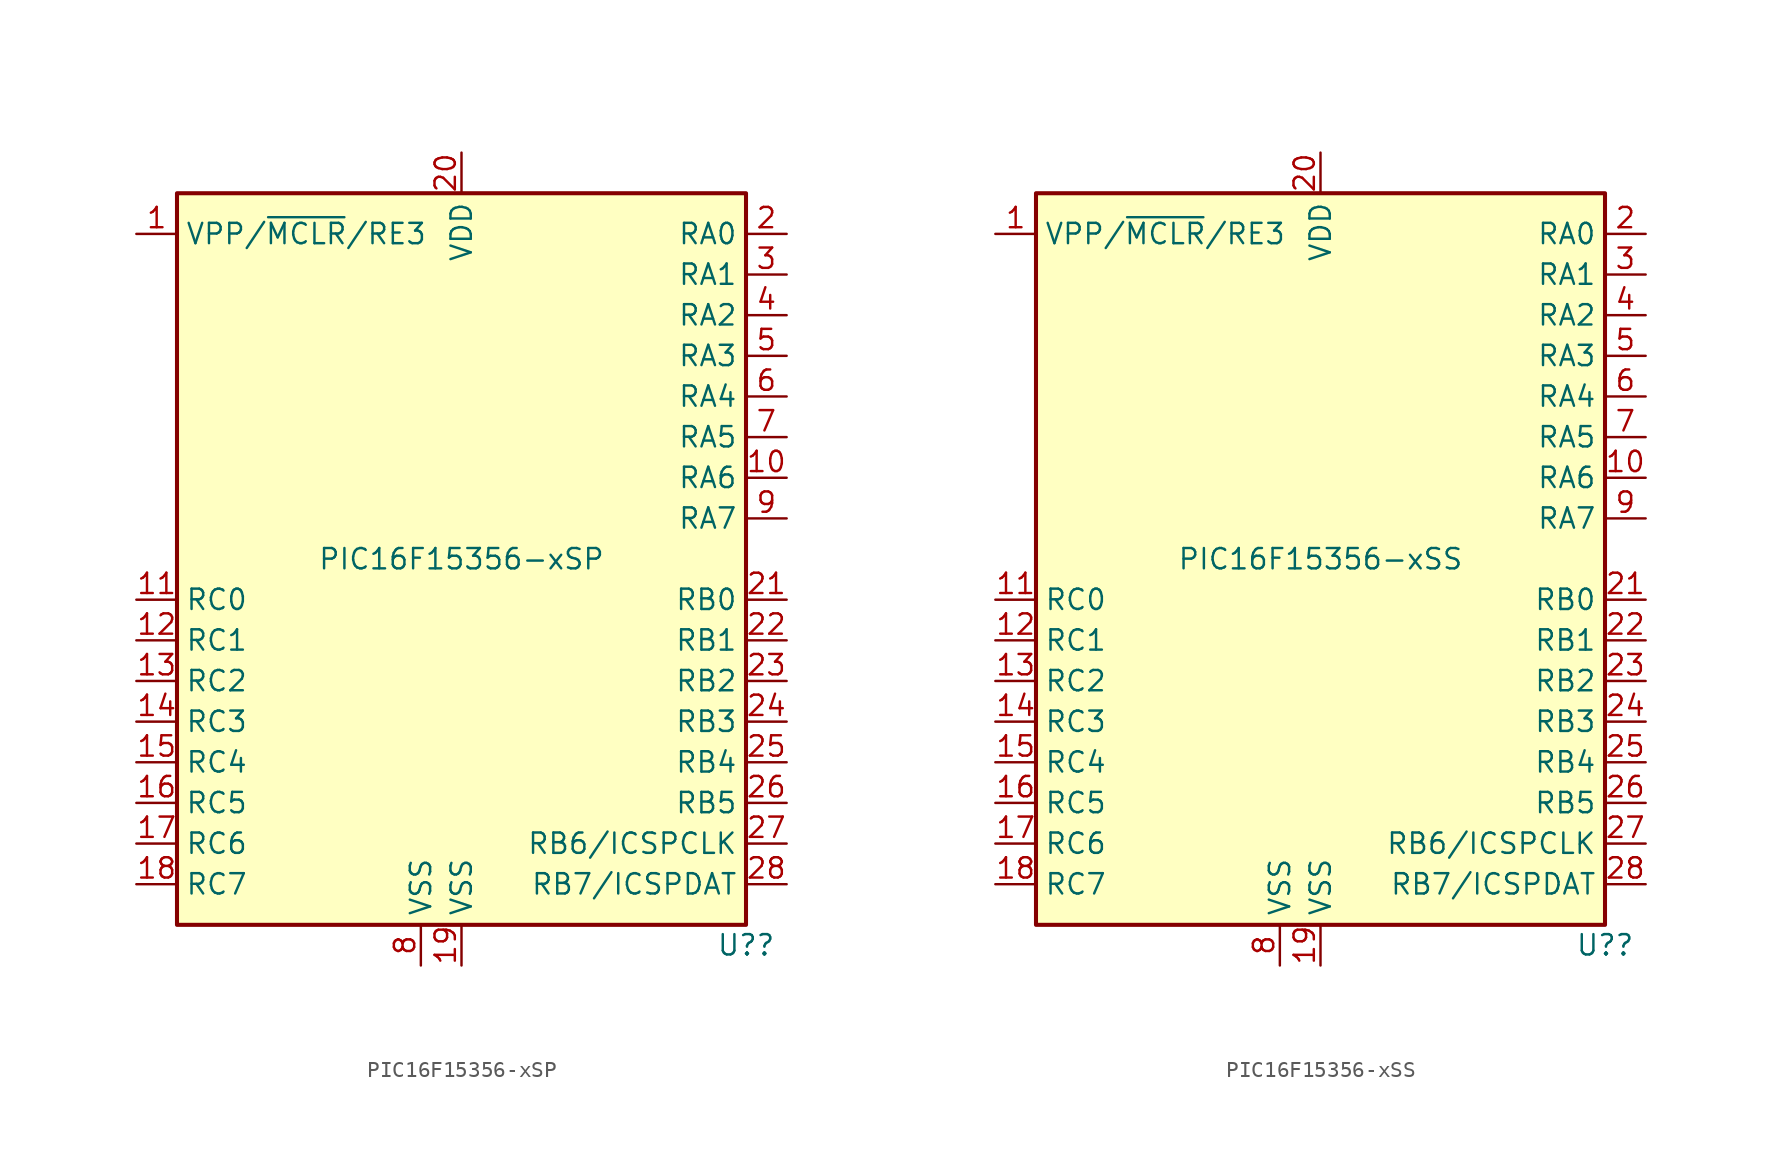
<source format=kicad_sym>
(kicad_symbol_lib
  (version 20201005)
  (generator kicad_symbol_editor)
  (symbol "MCU_Microchip_PIC16:PIC16F15356-xSP"
    (property "Reference" "U?"
      (at 17.78 -24.13 0)
      (effects (font (size 1.27 1.27))))
    (property "Value" "PIC16F15356-xSP"
      (at 0 0 0)
      (effects (font (size 1.27 1.27))))
    (symbol "PIC16F15356-xSP_0_1"
      (rectangle (start 17.78 22.86) (end -17.78 -22.86) (stroke (width 0.254)) (fill (type background))))
    (symbol "PIC16F15356-xSP_1_1"
      (pin bidirectional line (at -20.32 20.32 0) (length 2.54) (name "VPP/~MCLR~/RE3" (effects (font (size 1.27 1.27)))) (number "1" (effects (font (size 1.27 1.27)))))
      (pin bidirectional line (at 20.32 5.08 180) (length 2.54) (name "RA6" (effects (font (size 1.27 1.27)))) (number "10" (effects (font (size 1.27 1.27)))))
      (pin bidirectional line (at -20.32 -2.54 0) (length 2.54) (name "RC0" (effects (font (size 1.27 1.27)))) (number "11" (effects (font (size 1.27 1.27)))))
      (pin bidirectional line (at -20.32 -5.08 0) (length 2.54) (name "RC1" (effects (font (size 1.27 1.27)))) (number "12" (effects (font (size 1.27 1.27)))))
      (pin bidirectional line (at -20.32 -7.62 0) (length 2.54) (name "RC2" (effects (font (size 1.27 1.27)))) (number "13" (effects (font (size 1.27 1.27)))))
      (pin bidirectional line (at -20.32 -10.16 0) (length 2.54) (name "RC3" (effects (font (size 1.27 1.27)))) (number "14" (effects (font (size 1.27 1.27)))))
      (pin bidirectional line (at -20.32 -12.7 0) (length 2.54) (name "RC4" (effects (font (size 1.27 1.27)))) (number "15" (effects (font (size 1.27 1.27)))))
      (pin bidirectional line (at -20.32 -15.24 0) (length 2.54) (name "RC5" (effects (font (size 1.27 1.27)))) (number "16" (effects (font (size 1.27 1.27)))))
      (pin bidirectional line (at -20.32 -17.78 0) (length 2.54) (name "RC6" (effects (font (size 1.27 1.27)))) (number "17" (effects (font (size 1.27 1.27)))))
      (pin bidirectional line (at -20.32 -20.32 0) (length 2.54) (name "RC7" (effects (font (size 1.27 1.27)))) (number "18" (effects (font (size 1.27 1.27)))))
      (pin power_in line (at 0 -25.4 90) (length 2.54) (name "VSS" (effects (font (size 1.27 1.27)))) (number "19" (effects (font (size 1.27 1.27)))))
      (pin bidirectional line (at 20.32 20.32 180) (length 2.54) (name "RA0" (effects (font (size 1.27 1.27)))) (number "2" (effects (font (size 1.27 1.27)))))
      (pin power_in line (at 0 25.4 270) (length 2.54) (name "VDD" (effects (font (size 1.27 1.27)))) (number "20" (effects (font (size 1.27 1.27)))))
      (pin bidirectional line (at 20.32 -2.54 180) (length 2.54) (name "RB0" (effects (font (size 1.27 1.27)))) (number "21" (effects (font (size 1.27 1.27)))))
      (pin bidirectional line (at 20.32 -5.08 180) (length 2.54) (name "RB1" (effects (font (size 1.27 1.27)))) (number "22" (effects (font (size 1.27 1.27)))))
      (pin bidirectional line (at 20.32 -7.62 180) (length 2.54) (name "RB2" (effects (font (size 1.27 1.27)))) (number "23" (effects (font (size 1.27 1.27)))))
      (pin bidirectional line (at 20.32 -10.16 180) (length 2.54) (name "RB3" (effects (font (size 1.27 1.27)))) (number "24" (effects (font (size 1.27 1.27)))))
      (pin bidirectional line (at 20.32 -12.7 180) (length 2.54) (name "RB4" (effects (font (size 1.27 1.27)))) (number "25" (effects (font (size 1.27 1.27)))))
      (pin bidirectional line (at 20.32 -15.24 180) (length 2.54) (name "RB5" (effects (font (size 1.27 1.27)))) (number "26" (effects (font (size 1.27 1.27)))))
      (pin bidirectional line (at 20.32 -17.78 180) (length 2.54) (name "RB6/ICSPCLK" (effects (font (size 1.27 1.27)))) (number "27" (effects (font (size 1.27 1.27)))))
      (pin bidirectional line (at 20.32 -20.32 180) (length 2.54) (name "RB7/ICSPDAT" (effects (font (size 1.27 1.27)))) (number "28" (effects (font (size 1.27 1.27)))))
      (pin bidirectional line (at 20.32 17.78 180) (length 2.54) (name "RA1" (effects (font (size 1.27 1.27)))) (number "3" (effects (font (size 1.27 1.27)))))
      (pin bidirectional line (at 20.32 15.24 180) (length 2.54) (name "RA2" (effects (font (size 1.27 1.27)))) (number "4" (effects (font (size 1.27 1.27)))))
      (pin bidirectional line (at 20.32 12.7 180) (length 2.54) (name "RA3" (effects (font (size 1.27 1.27)))) (number "5" (effects (font (size 1.27 1.27)))))
      (pin bidirectional line (at 20.32 10.16 180) (length 2.54) (name "RA4" (effects (font (size 1.27 1.27)))) (number "6" (effects (font (size 1.27 1.27)))))
      (pin bidirectional line (at 20.32 7.62 180) (length 2.54) (name "RA5" (effects (font (size 1.27 1.27)))) (number "7" (effects (font (size 1.27 1.27)))))
      (pin power_in line (at -2.54 -25.4 90) (length 2.54) (name "VSS" (effects (font (size 1.27 1.27)))) (number "8" (effects (font (size 1.27 1.27)))))
      (pin bidirectional line (at 20.32 2.54 180) (length 2.54) (name "RA7" (effects (font (size 1.27 1.27)))) (number "9" (effects (font (size 1.27 1.27)))))))
  (symbol "MCU_Microchip_PIC16:PIC16F15356-xSS"
    (property "Reference" "U?"
      (at 17.78 -24.13 0)
      (effects (font (size 1.27 1.27))))
    (property "Value" "PIC16F15356-xSS"
      (at 0 0 0)
      (effects (font (size 1.27 1.27))))
    (symbol "PIC16F15356-xSS_0_1"
      (rectangle (start 17.78 22.86) (end -17.78 -22.86) (stroke (width 0.254)) (fill (type background))))
    (symbol "PIC16F15356-xSS_1_1"
      (pin bidirectional line (at -20.32 20.32 0) (length 2.54) (name "VPP/~MCLR~/RE3" (effects (font (size 1.27 1.27)))) (number "1" (effects (font (size 1.27 1.27)))))
      (pin bidirectional line (at 20.32 5.08 180) (length 2.54) (name "RA6" (effects (font (size 1.27 1.27)))) (number "10" (effects (font (size 1.27 1.27)))))
      (pin bidirectional line (at -20.32 -2.54 0) (length 2.54) (name "RC0" (effects (font (size 1.27 1.27)))) (number "11" (effects (font (size 1.27 1.27)))))
      (pin bidirectional line (at -20.32 -5.08 0) (length 2.54) (name "RC1" (effects (font (size 1.27 1.27)))) (number "12" (effects (font (size 1.27 1.27)))))
      (pin bidirectional line (at -20.32 -7.62 0) (length 2.54) (name "RC2" (effects (font (size 1.27 1.27)))) (number "13" (effects (font (size 1.27 1.27)))))
      (pin bidirectional line (at -20.32 -10.16 0) (length 2.54) (name "RC3" (effects (font (size 1.27 1.27)))) (number "14" (effects (font (size 1.27 1.27)))))
      (pin bidirectional line (at -20.32 -12.7 0) (length 2.54) (name "RC4" (effects (font (size 1.27 1.27)))) (number "15" (effects (font (size 1.27 1.27)))))
      (pin bidirectional line (at -20.32 -15.24 0) (length 2.54) (name "RC5" (effects (font (size 1.27 1.27)))) (number "16" (effects (font (size 1.27 1.27)))))
      (pin bidirectional line (at -20.32 -17.78 0) (length 2.54) (name "RC6" (effects (font (size 1.27 1.27)))) (number "17" (effects (font (size 1.27 1.27)))))
      (pin bidirectional line (at -20.32 -20.32 0) (length 2.54) (name "RC7" (effects (font (size 1.27 1.27)))) (number "18" (effects (font (size 1.27 1.27)))))
      (pin power_in line (at 0 -25.4 90) (length 2.54) (name "VSS" (effects (font (size 1.27 1.27)))) (number "19" (effects (font (size 1.27 1.27)))))
      (pin bidirectional line (at 20.32 20.32 180) (length 2.54) (name "RA0" (effects (font (size 1.27 1.27)))) (number "2" (effects (font (size 1.27 1.27)))))
      (pin power_in line (at 0 25.4 270) (length 2.54) (name "VDD" (effects (font (size 1.27 1.27)))) (number "20" (effects (font (size 1.27 1.27)))))
      (pin bidirectional line (at 20.32 -2.54 180) (length 2.54) (name "RB0" (effects (font (size 1.27 1.27)))) (number "21" (effects (font (size 1.27 1.27)))))
      (pin bidirectional line (at 20.32 -5.08 180) (length 2.54) (name "RB1" (effects (font (size 1.27 1.27)))) (number "22" (effects (font (size 1.27 1.27)))))
      (pin bidirectional line (at 20.32 -7.62 180) (length 2.54) (name "RB2" (effects (font (size 1.27 1.27)))) (number "23" (effects (font (size 1.27 1.27)))))
      (pin bidirectional line (at 20.32 -10.16 180) (length 2.54) (name "RB3" (effects (font (size 1.27 1.27)))) (number "24" (effects (font (size 1.27 1.27)))))
      (pin bidirectional line (at 20.32 -12.7 180) (length 2.54) (name "RB4" (effects (font (size 1.27 1.27)))) (number "25" (effects (font (size 1.27 1.27)))))
      (pin bidirectional line (at 20.32 -15.24 180) (length 2.54) (name "RB5" (effects (font (size 1.27 1.27)))) (number "26" (effects (font (size 1.27 1.27)))))
      (pin bidirectional line (at 20.32 -17.78 180) (length 2.54) (name "RB6/ICSPCLK" (effects (font (size 1.27 1.27)))) (number "27" (effects (font (size 1.27 1.27)))))
      (pin bidirectional line (at 20.32 -20.32 180) (length 2.54) (name "RB7/ICSPDAT" (effects (font (size 1.27 1.27)))) (number "28" (effects (font (size 1.27 1.27)))))
      (pin bidirectional line (at 20.32 17.78 180) (length 2.54) (name "RA1" (effects (font (size 1.27 1.27)))) (number "3" (effects (font (size 1.27 1.27)))))
      (pin bidirectional line (at 20.32 15.24 180) (length 2.54) (name "RA2" (effects (font (size 1.27 1.27)))) (number "4" (effects (font (size 1.27 1.27)))))
      (pin bidirectional line (at 20.32 12.7 180) (length 2.54) (name "RA3" (effects (font (size 1.27 1.27)))) (number "5" (effects (font (size 1.27 1.27)))))
      (pin bidirectional line (at 20.32 10.16 180) (length 2.54) (name "RA4" (effects (font (size 1.27 1.27)))) (number "6" (effects (font (size 1.27 1.27)))))
      (pin bidirectional line (at 20.32 7.62 180) (length 2.54) (name "RA5" (effects (font (size 1.27 1.27)))) (number "7" (effects (font (size 1.27 1.27)))))
      (pin power_in line (at -2.54 -25.4 90) (length 2.54) (name "VSS" (effects (font (size 1.27 1.27)))) (number "8" (effects (font (size 1.27 1.27)))))
      (pin bidirectional line (at 20.32 2.54 180) (length 2.54) (name "RA7" (effects (font (size 1.27 1.27)))) (number "9" (effects (font (size 1.27 1.27))))))))
</source>
